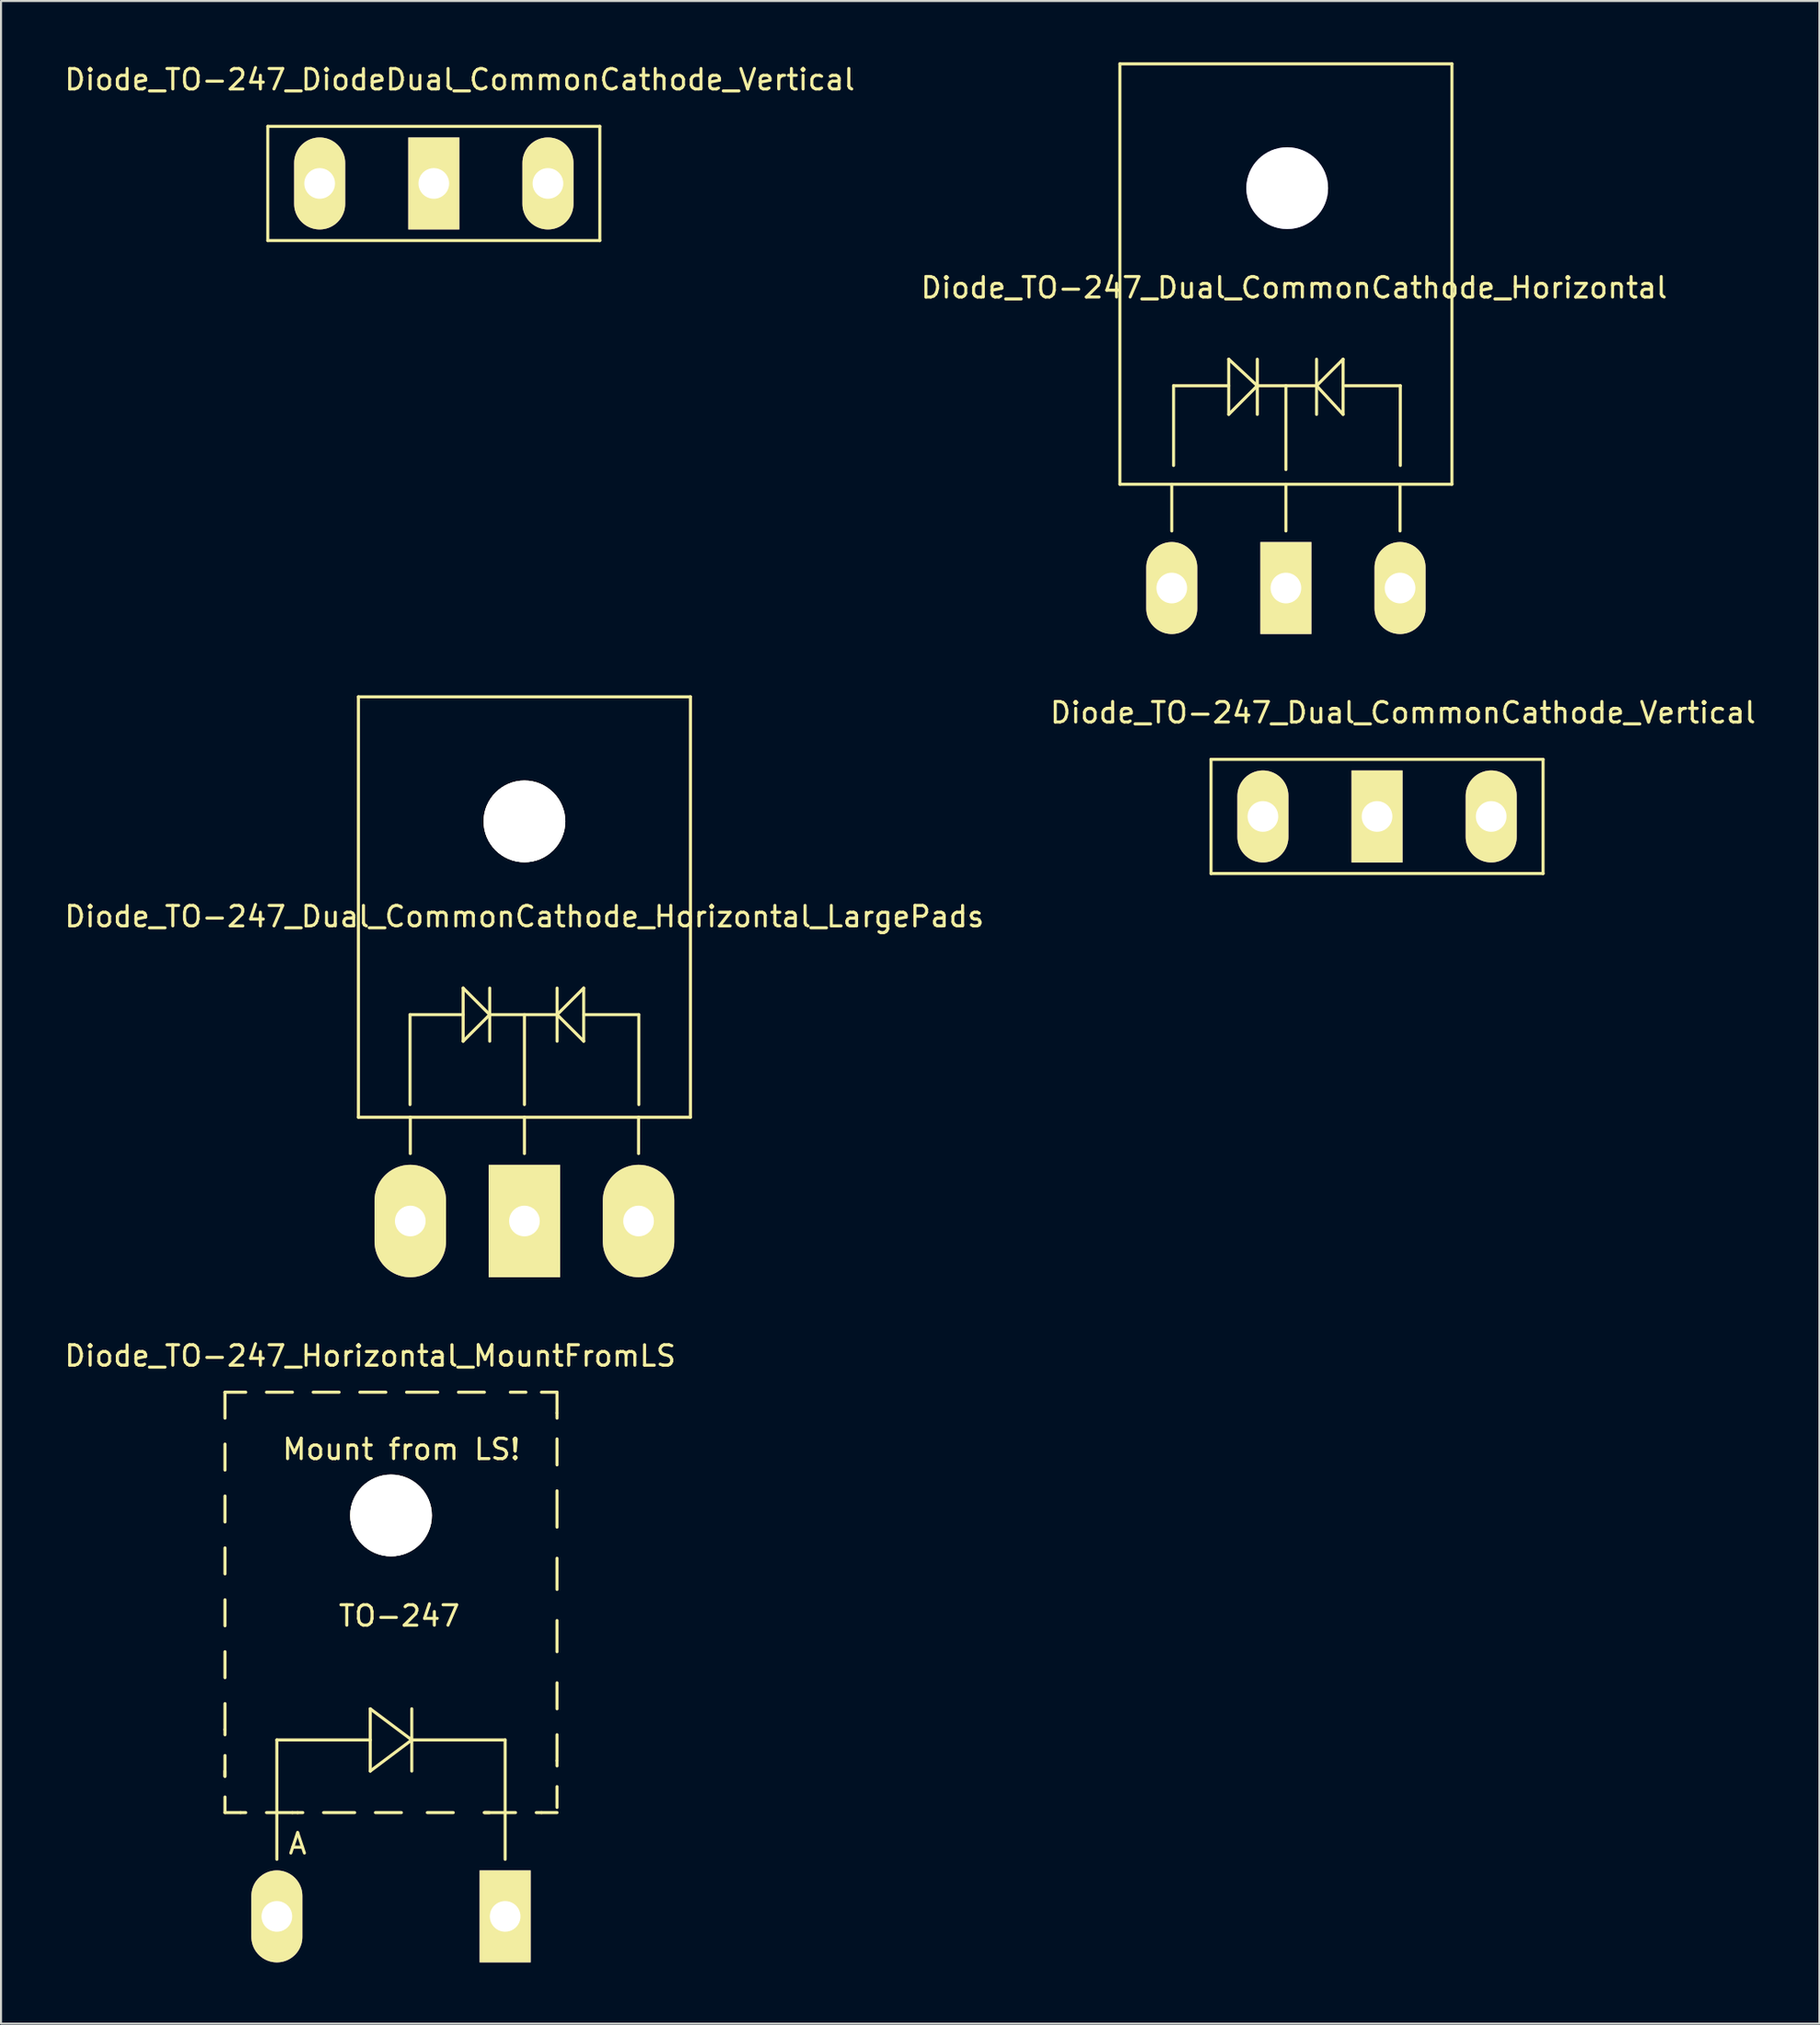
<source format=kicad_pcb>
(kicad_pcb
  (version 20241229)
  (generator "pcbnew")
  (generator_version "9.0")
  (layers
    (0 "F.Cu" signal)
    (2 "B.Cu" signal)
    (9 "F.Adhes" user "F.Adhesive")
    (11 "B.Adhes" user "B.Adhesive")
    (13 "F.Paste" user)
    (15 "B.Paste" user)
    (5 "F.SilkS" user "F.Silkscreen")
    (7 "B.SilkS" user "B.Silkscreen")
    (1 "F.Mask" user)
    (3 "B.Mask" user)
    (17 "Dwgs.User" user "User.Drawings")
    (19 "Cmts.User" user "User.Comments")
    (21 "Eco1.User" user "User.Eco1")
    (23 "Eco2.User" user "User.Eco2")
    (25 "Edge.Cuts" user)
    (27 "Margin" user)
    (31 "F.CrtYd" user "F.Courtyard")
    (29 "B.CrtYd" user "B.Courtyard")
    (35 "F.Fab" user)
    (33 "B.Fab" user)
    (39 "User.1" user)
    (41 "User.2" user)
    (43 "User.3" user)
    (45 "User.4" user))
  (footprint "Diode_TO-247_Horizontal_MountFromLS"
    (layer "F.Cu")
    (at 16.093 90.74)
    (property "Reference" "Diode_TO-247_Horizontal_MountFromLS" (at -1.016 -27.432 0) (layer "F.SilkS") (effects (font (size 1 1) (thickness 0.15))))
    (attr through_hole)
    (fp_line (start -8.128 -25.654) (end -8.128 -24.384) (stroke (width 0.15) (type solid)) (layer "F.SilkS"))
    (fp_line (start -8.128 -25.654) (end -7.112 -25.654) (stroke (width 0.15) (type solid)) (layer "F.SilkS"))
    (fp_line (start -8.128 -23.114) (end -8.128 -21.844) (stroke (width 0.15) (type solid)) (layer "F.SilkS"))
    (fp_line (start -8.128 -20.574) (end -8.128 -19.304) (stroke (width 0.15) (type solid)) (layer "F.SilkS"))
    (fp_line (start -8.128 -18.034) (end -8.128 -16.764) (stroke (width 0.15) (type solid)) (layer "F.SilkS"))
    (fp_line (start -8.128 -15.494) (end -8.128 -14.224) (stroke (width 0.15) (type solid)) (layer "F.SilkS"))
    (fp_line (start -8.128 -12.954) (end -8.128 -11.684) (stroke (width 0.15) (type solid)) (layer "F.SilkS"))
    (fp_line (start -8.128 -10.414) (end -8.128 -9.144) (stroke (width 0.15) (type solid)) (layer "F.SilkS"))
    (fp_line (start -8.128 -9.144) (end -8.128 -8.89) (stroke (width 0.15) (type solid)) (layer "F.SilkS"))
    (fp_line (start -8.128 -7.874) (end -8.128 -6.858) (stroke (width 0.15) (type solid)) (layer "F.SilkS"))
    (fp_line (start -8.128 -6.858) (end -8.128 -7.112) (stroke (width 0.15) (type solid)) (layer "F.SilkS"))
    (fp_line (start -8.128 -5.842) (end -8.128 -5.08) (stroke (width 0.15) (type solid)) (layer "F.SilkS"))
    (fp_line (start -8.128 -5.08) (end -7.366 -5.08) (stroke (width 0.15) (type solid)) (layer "F.SilkS"))
    (fp_line (start -7.366 -5.08) (end -7.112 -5.08) (stroke (width 0.15) (type solid)) (layer "F.SilkS"))
    (fp_line (start -6.096 -25.654) (end -4.826 -25.654) (stroke (width 0.15) (type solid)) (layer "F.SilkS"))
    (fp_line (start -6.096 -5.08) (end -4.826 -5.08) (stroke (width 0.15) (type solid)) (layer "F.SilkS"))
    (fp_line (start -5.588 -8.636) (end -5.588 -5.08) (stroke (width 0.15) (type solid)) (layer "F.SilkS"))
    (fp_line (start -5.588 -2.794) (end -5.588 -5.08) (stroke (width 0.15) (type solid)) (layer "F.SilkS"))
    (fp_line (start -4.826 -5.08) (end -4.572 -5.08) (stroke (width 0.15) (type solid)) (layer "F.SilkS"))
    (fp_line (start -4.572 -5.08) (end -4.318 -5.08) (stroke (width 0.15) (type solid)) (layer "F.SilkS"))
    (fp_line (start -3.81 -25.654) (end -2.54 -25.654) (stroke (width 0.15) (type solid)) (layer "F.SilkS"))
    (fp_line (start -3.302 -5.08) (end -1.778 -5.08) (stroke (width 0.15) (type solid)) (layer "F.SilkS"))
    (fp_line (start -1.524 -25.654) (end -0.254 -25.654) (stroke (width 0.15) (type solid)) (layer "F.SilkS"))
    (fp_line (start -1.016 -10.16) (end -1.016 -7.112) (stroke (width 0.15) (type solid)) (layer "F.SilkS"))
    (fp_line (start -1.016 -8.636) (end -5.588 -8.636) (stroke (width 0.15) (type solid)) (layer "F.SilkS"))
    (fp_line (start -1.016 -7.112) (end 1.016 -8.636) (stroke (width 0.15) (type solid)) (layer "F.SilkS"))
    (fp_line (start -0.762 -5.08) (end 0.508 -5.08) (stroke (width 0.15) (type solid)) (layer "F.SilkS"))
    (fp_line (start 0.762 -25.654) (end 2.286 -25.654) (stroke (width 0.15) (type solid)) (layer "F.SilkS"))
    (fp_line (start 1.016 -10.16) (end 1.016 -7.112) (stroke (width 0.15) (type solid)) (layer "F.SilkS"))
    (fp_line (start 1.016 -8.636) (end -1.016 -10.16) (stroke (width 0.15) (type solid)) (layer "F.SilkS"))
    (fp_line (start 1.016 -8.636) (end 5.588 -8.636) (stroke (width 0.15) (type solid)) (layer "F.SilkS"))
    (fp_line (start 1.778 -5.08) (end 3.048 -5.08) (stroke (width 0.15) (type solid)) (layer "F.SilkS"))
    (fp_line (start 3.302 -25.654) (end 4.572 -25.654) (stroke (width 0.15) (type solid)) (layer "F.SilkS"))
    (fp_line (start 4.572 -5.08) (end 4.826 -5.08) (stroke (width 0.15) (type solid)) (layer "F.SilkS"))
    (fp_line (start 5.588 -8.636) (end 5.588 -5.08) (stroke (width 0.15) (type solid)) (layer "F.SilkS"))
    (fp_line (start 5.588 -2.794) (end 5.588 -5.08) (stroke (width 0.15) (type solid)) (layer "F.SilkS"))
    (fp_line (start 5.842 -25.654) (end 6.604 -25.654) (stroke (width 0.15) (type solid)) (layer "F.SilkS"))
    (fp_line (start 6.096 -5.08) (end 4.572 -5.08) (stroke (width 0.15) (type solid)) (layer "F.SilkS"))
    (fp_line (start 7.366 -25.654) (end 8.128 -25.654) (stroke (width 0.15) (type solid)) (layer "F.SilkS"))
    (fp_line (start 7.366 -5.08) (end 7.112 -5.08) (stroke (width 0.15) (type solid)) (layer "F.SilkS"))
    (fp_line (start 8.128 -25.654) (end 8.128 -24.638) (stroke (width 0.15) (type solid)) (layer "F.SilkS"))
    (fp_line (start 8.128 -24.638) (end 8.128 -24.384) (stroke (width 0.15) (type solid)) (layer "F.SilkS"))
    (fp_line (start 8.128 -23.368) (end 8.128 -22.098) (stroke (width 0.15) (type solid)) (layer "F.SilkS"))
    (fp_line (start 8.128 -20.828) (end 8.128 -19.05) (stroke (width 0.15) (type solid)) (layer "F.SilkS"))
    (fp_line (start 8.128 -17.526) (end 8.128 -16.002) (stroke (width 0.15) (type solid)) (layer "F.SilkS"))
    (fp_line (start 8.128 -14.478) (end 8.128 -12.954) (stroke (width 0.15) (type solid)) (layer "F.SilkS"))
    (fp_line (start 8.128 -11.43) (end 8.128 -10.16) (stroke (width 0.15) (type solid)) (layer "F.SilkS"))
    (fp_line (start 8.128 -8.89) (end 8.128 -7.62) (stroke (width 0.15) (type solid)) (layer "F.SilkS"))
    (fp_line (start 8.128 -7.62) (end 8.128 -7.366) (stroke (width 0.15) (type solid)) (layer "F.SilkS"))
    (fp_line (start 8.128 -6.35) (end 8.128 -5.334) (stroke (width 0.15) (type solid)) (layer "F.SilkS"))
    (fp_line (start 8.128 -5.08) (end 7.366 -5.08) (stroke (width 0.15) (type solid)) (layer "F.SilkS"))
    (fp_circle (center 0 -19.558) (end 1.778 -19.558) (stroke (width 0.15) (type solid)) (fill no) (layer "F.SilkS"))
    (fp_text user "Mount from LS!" (at 0.508 -22.86 0) (layer "F.SilkS") (effects (font (size 1 1) (thickness 0.15))))
    (fp_text user "A" (at -4.572 -3.556 0) (layer "F.SilkS") (effects (font (size 1 1) (thickness 0.15))))
    (fp_text user "TO-247" (at 0.406 -14.707 0) (layer "F.SilkS") (effects (font (size 1 1) (thickness 0.15))))
    (pad "1" thru_hole oval (at -5.588 0 90) (size 4.501 2.499) (drill 1.501) (layers "*.Cu" "*.Mask" "F.SilkS"))
    (pad "2" thru_hole rect (at 5.588 0 90) (size 4.501 2.499) (drill 1.501) (layers "*.Cu" "*.Mask" "F.SilkS"))
    (pad "9" thru_hole circle (at 0 -19.622) (size 4 4) (drill 4) (layers "B.Cu" "F.SilkS")))
  (footprint "Diode_TO-247_DiodeDual_CommonCathode_Vertical"
    (layer "F.Cu")
    (at 18.188 5.928)
    (property "Reference" "Diode_TO-247_DiodeDual_CommonCathode_Vertical" (at 1.27 -5.08 0) (layer "F.SilkS") (effects (font (size 1 1) (thickness 0.15))))
    (attr through_hole)
    (fp_line (start -8.128 -2.794) (end -8.128 2.794) (stroke (width 0.15) (type solid)) (layer "F.SilkS"))
    (fp_line (start -8.128 2.794) (end 8.128 2.794) (stroke (width 0.15) (type solid)) (layer "F.SilkS"))
    (fp_line (start 8.128 -2.794) (end -8.128 -2.794) (stroke (width 0.15) (type solid)) (layer "F.SilkS"))
    (fp_line (start 8.128 2.794) (end 8.128 -2.794) (stroke (width 0.15) (type solid)) (layer "F.SilkS"))
    (pad "1" thru_hole oval (at -5.588 0 90) (size 4.501 2.499) (drill 1.501) (layers "*.Cu" "*.Mask" "F.SilkS"))
    (pad "2" thru_hole rect (at 0 0 90) (size 4.501 2.499) (drill 1.501) (layers "*.Cu" "*.Mask" "F.SilkS"))
    (pad "3" thru_hole oval (at 5.588 0 90) (size 4.501 2.499) (drill 1.501) (layers "*.Cu" "*.Mask" "F.SilkS")))
  (footprint "Diode_TO-247_Dual_CommonCathode_Horizontal"
    (layer "F.Cu")
    (at 59.905 25.729)
    (property "Reference" "Diode_TO-247_Dual_CommonCathode_Horizontal" (at 0.399 -14.699 0) (layer "F.SilkS") (effects (font (size 1 1) (thickness 0.15))))
    (attr through_hole)
    (fp_line (start -8.128 -25.654) (end 8.128 -25.654) (stroke (width 0.15) (type solid)) (layer "F.SilkS"))
    (fp_line (start -8.128 -5.08) (end -8.128 -25.654) (stroke (width 0.15) (type solid)) (layer "F.SilkS"))
    (fp_line (start -5.588 -2.794) (end -5.588 -5.08) (stroke (width 0.15) (type solid)) (layer "F.SilkS"))
    (fp_line (start -5.499 -9.901) (end -5.499 -5.999) (stroke (width 0.15) (type solid)) (layer "F.SilkS"))
    (fp_line (start -2.799 -11.199) (end -2.799 -8.499) (stroke (width 0.15) (type solid)) (layer "F.SilkS"))
    (fp_line (start -2.799 -9.901) (end -5.499 -9.901) (stroke (width 0.15) (type solid)) (layer "F.SilkS"))
    (fp_line (start -2.799 -8.499) (end -1.4 -9.901) (stroke (width 0.15) (type solid)) (layer "F.SilkS"))
    (fp_line (start -1.4 -11.199) (end -1.4 -8.499) (stroke (width 0.15) (type solid)) (layer "F.SilkS"))
    (fp_line (start -1.4 -9.901) (end -2.799 -11.199) (stroke (width 0.15) (type solid)) (layer "F.SilkS"))
    (fp_line (start 0 -9.901) (end 0 -5.799) (stroke (width 0.15) (type solid)) (layer "F.SilkS"))
    (fp_line (start 0 -2.794) (end 0 -5.08) (stroke (width 0.15) (type solid)) (layer "F.SilkS"))
    (fp_line (start 1.501 -11.199) (end 1.501 -8.499) (stroke (width 0.15) (type solid)) (layer "F.SilkS"))
    (fp_line (start 1.501 -9.901) (end -1.4 -9.901) (stroke (width 0.15) (type solid)) (layer "F.SilkS"))
    (fp_line (start 1.501 -9.901) (end 2.799 -11.199) (stroke (width 0.15) (type solid)) (layer "F.SilkS"))
    (fp_line (start 2.799 -11.199) (end 2.799 -8.499) (stroke (width 0.15) (type solid)) (layer "F.SilkS"))
    (fp_line (start 2.799 -8.499) (end 1.501 -9.901) (stroke (width 0.15) (type solid)) (layer "F.SilkS"))
    (fp_line (start 2.901 -9.901) (end 5.601 -9.901) (stroke (width 0.15) (type solid)) (layer "F.SilkS"))
    (fp_line (start 5.588 -2.794) (end 5.588 -5.08) (stroke (width 0.15) (type solid)) (layer "F.SilkS"))
    (fp_line (start 5.601 -9.901) (end 5.601 -5.999) (stroke (width 0.15) (type solid)) (layer "F.SilkS"))
    (fp_line (start 8.128 -25.654) (end 8.128 -5.08) (stroke (width 0.15) (type solid)) (layer "F.SilkS"))
    (fp_line (start 8.128 -5.08) (end -8.128 -5.08) (stroke (width 0.15) (type solid)) (layer "F.SilkS"))
    (fp_circle (center 0 -19.558) (end 1.778 -19.558) (stroke (width 0.15) (type solid)) (fill no) (layer "F.SilkS"))
    (pad "1" thru_hole oval (at -5.588 0 90) (size 4.501 2.499) (drill 1.501) (layers "*.Cu" "*.Mask" "F.SilkS"))
    (pad "2" thru_hole rect (at 0 0 90) (size 4.501 2.499) (drill 1.501) (layers "*.Cu" "*.Mask" "F.SilkS"))
    (pad "3" thru_hole oval (at 5.588 0 90) (size 4.501 2.499) (drill 1.501) (layers "*.Cu" "*.Mask" "F.SilkS"))
    (pad "9" thru_hole circle (at 0.064 -19.571) (size 4 4) (drill 4) (layers "B.Cu")))
  (footprint "Diode_TO-247_Dual_CommonCathode_Vertical"
    (layer "F.Cu")
    (at 64.367 36.908)
    (property "Reference" "Diode_TO-247_Dual_CommonCathode_Vertical" (at 1.27 -5.08 0) (layer "F.SilkS") (effects (font (size 1 1) (thickness 0.15))))
    (attr through_hole)
    (fp_line (start -8.128 -2.794) (end -8.128 2.794) (stroke (width 0.15) (type solid)) (layer "F.SilkS"))
    (fp_line (start -8.128 2.794) (end 8.128 2.794) (stroke (width 0.15) (type solid)) (layer "F.SilkS"))
    (fp_line (start 8.128 -2.794) (end -8.128 -2.794) (stroke (width 0.15) (type solid)) (layer "F.SilkS"))
    (fp_line (start 8.128 2.794) (end 8.128 -2.794) (stroke (width 0.15) (type solid)) (layer "F.SilkS"))
    (pad "1" thru_hole oval (at -5.588 0 90) (size 4.501 2.499) (drill 1.501) (layers "*.Cu" "*.Mask" "F.SilkS"))
    (pad "2" thru_hole rect (at 0 0 90) (size 4.501 2.499) (drill 1.501) (layers "*.Cu" "*.Mask" "F.SilkS"))
    (pad "3" thru_hole oval (at 5.588 0 90) (size 4.501 2.499) (drill 1.501) (layers "*.Cu" "*.Mask" "F.SilkS")))
  (footprint "Diode_TO-247_Dual_CommonCathode_Horizontal_LargePads"
    (layer "F.Cu")
    (at 22.625 56.708)
    (property "Reference" "Diode_TO-247_Dual_CommonCathode_Horizontal_LargePads" (at 0 -14.9 0) (layer "F.SilkS") (effects (font (size 1 1) (thickness 0.15))))
    (attr through_hole)
    (fp_line (start -8.128 -25.654) (end 8.128 -25.654) (stroke (width 0.15) (type solid)) (layer "F.SilkS"))
    (fp_line (start -8.128 -5.08) (end -8.128 -25.654) (stroke (width 0.15) (type solid)) (layer "F.SilkS"))
    (fp_line (start -5.601 -10.099) (end -5.601 -5.7) (stroke (width 0.15) (type solid)) (layer "F.SilkS"))
    (fp_line (start -5.588 -3.302) (end -5.588 -5.08) (stroke (width 0.15) (type solid)) (layer "F.SilkS"))
    (fp_line (start -3 -11.4) (end -3 -8.801) (stroke (width 0.15) (type solid)) (layer "F.SilkS"))
    (fp_line (start -3 -10.099) (end -5.601 -10.099) (stroke (width 0.15) (type solid)) (layer "F.SilkS"))
    (fp_line (start -3 -8.801) (end -1.699 -10.099) (stroke (width 0.15) (type solid)) (layer "F.SilkS"))
    (fp_line (start -1.699 -11.4) (end -1.699 -8.801) (stroke (width 0.15) (type solid)) (layer "F.SilkS"))
    (fp_line (start -1.699 -10.099) (end -3 -11.4) (stroke (width 0.15) (type solid)) (layer "F.SilkS"))
    (fp_line (start -1.699 -10.099) (end 1.6 -10.099) (stroke (width 0.15) (type solid)) (layer "F.SilkS"))
    (fp_line (start 0 -10.099) (end 0 -5.7) (stroke (width 0.15) (type solid)) (layer "F.SilkS"))
    (fp_line (start 0 -3.302) (end 0 -5.08) (stroke (width 0.15) (type solid)) (layer "F.SilkS"))
    (fp_line (start 1.6 -11.4) (end 1.6 -8.801) (stroke (width 0.15) (type solid)) (layer "F.SilkS"))
    (fp_line (start 1.6 -10.099) (end 2.901 -11.4) (stroke (width 0.15) (type solid)) (layer "F.SilkS"))
    (fp_line (start 2.901 -11.4) (end 2.901 -8.801) (stroke (width 0.15) (type solid)) (layer "F.SilkS"))
    (fp_line (start 2.901 -10.099) (end 5.601 -10.099) (stroke (width 0.15) (type solid)) (layer "F.SilkS"))
    (fp_line (start 2.901 -8.801) (end 1.6 -10.099) (stroke (width 0.15) (type solid)) (layer "F.SilkS"))
    (fp_line (start 5.588 -3.302) (end 5.588 -5.08) (stroke (width 0.15) (type solid)) (layer "F.SilkS"))
    (fp_line (start 5.601 -10.099) (end 5.601 -5.7) (stroke (width 0.15) (type solid)) (layer "F.SilkS"))
    (fp_line (start 8.128 -25.654) (end 8.128 -5.08) (stroke (width 0.15) (type solid)) (layer "F.SilkS"))
    (fp_line (start 8.128 -5.08) (end -8.128 -5.08) (stroke (width 0.15) (type solid)) (layer "F.SilkS"))
    (fp_circle (center 0 -19.558) (end 1.778 -19.558) (stroke (width 0.15) (type solid)) (fill no) (layer "F.SilkS"))
    (pad "1" thru_hole oval (at -5.588 0 90) (size 5.502 3.5) (drill 1.501) (layers "*.Cu" "*.Mask" "F.SilkS"))
    (pad "2" thru_hole rect (at 0 0 90) (size 5.502 3.5) (drill 1.501) (layers "*.Cu" "*.Mask" "F.SilkS"))
    (pad "3" thru_hole oval (at 5.588 0 90) (size 5.502 3.5) (drill 1.501) (layers "*.Cu" "*.Mask" "F.SilkS"))
    (pad "9" thru_hole circle (at 0 -19.558) (size 4 4) (drill 4) (layers "B.Cu" "F.SilkS")))
  (gr_rect
    (start -3 -3)
    (end 86.024 95.99)
    (stroke (width 0.1) (type default))
    (fill no)
    (layer "Edge.Cuts")))
</source>
